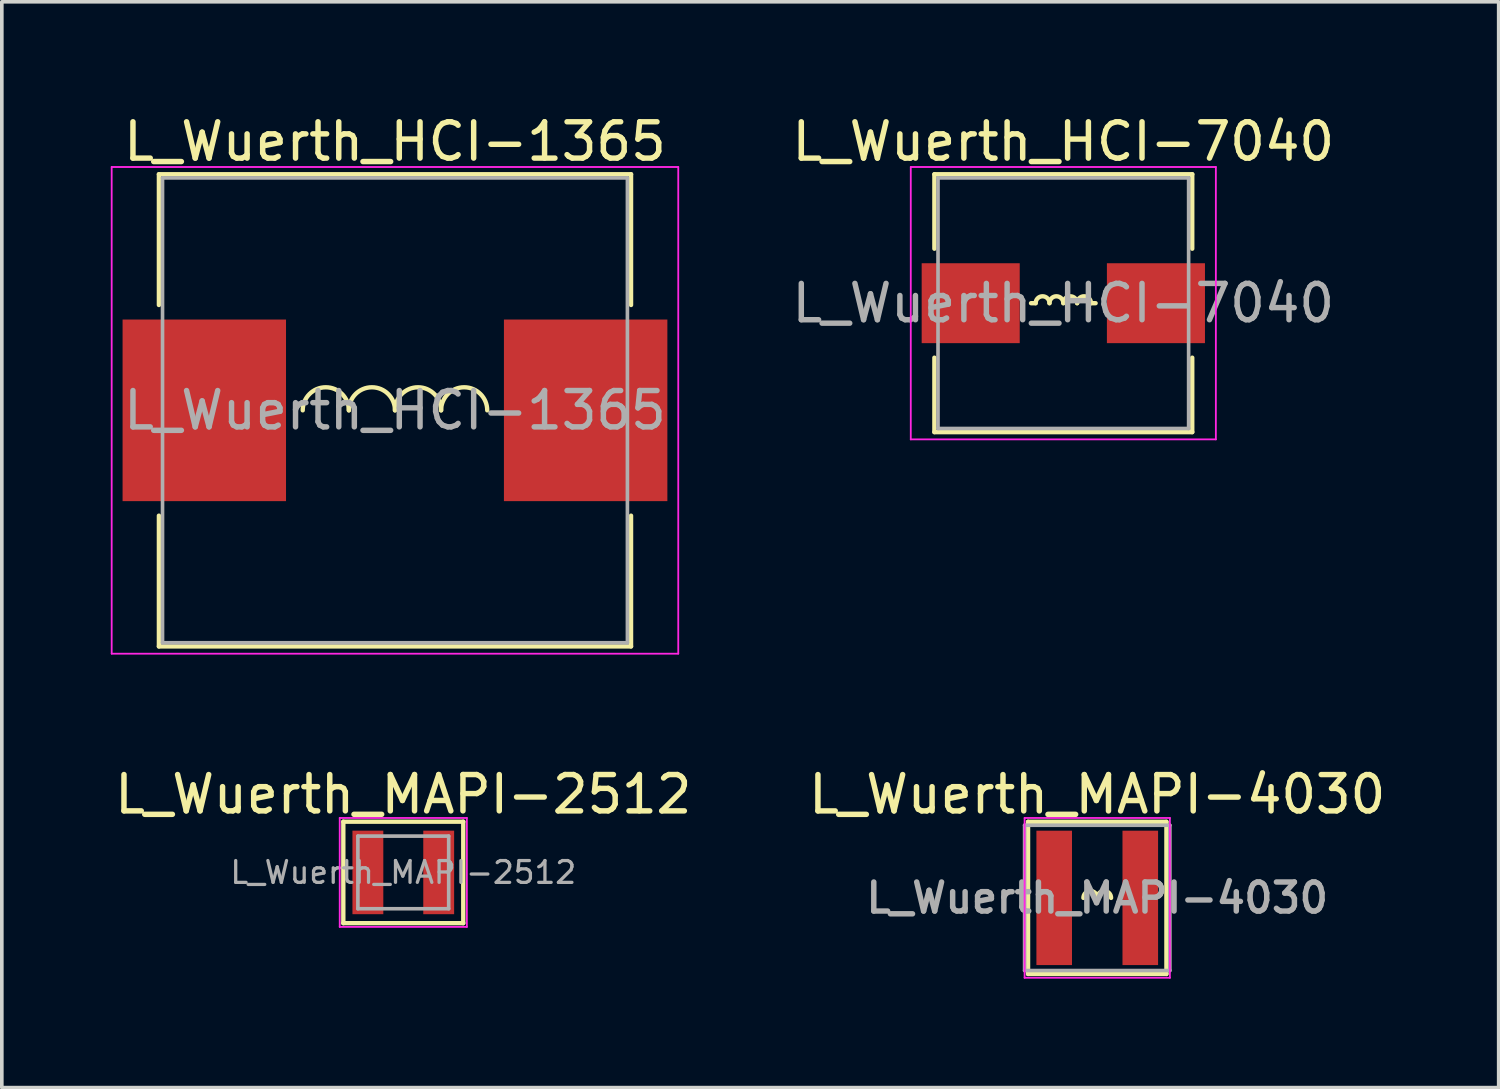
<source format=kicad_pcb>
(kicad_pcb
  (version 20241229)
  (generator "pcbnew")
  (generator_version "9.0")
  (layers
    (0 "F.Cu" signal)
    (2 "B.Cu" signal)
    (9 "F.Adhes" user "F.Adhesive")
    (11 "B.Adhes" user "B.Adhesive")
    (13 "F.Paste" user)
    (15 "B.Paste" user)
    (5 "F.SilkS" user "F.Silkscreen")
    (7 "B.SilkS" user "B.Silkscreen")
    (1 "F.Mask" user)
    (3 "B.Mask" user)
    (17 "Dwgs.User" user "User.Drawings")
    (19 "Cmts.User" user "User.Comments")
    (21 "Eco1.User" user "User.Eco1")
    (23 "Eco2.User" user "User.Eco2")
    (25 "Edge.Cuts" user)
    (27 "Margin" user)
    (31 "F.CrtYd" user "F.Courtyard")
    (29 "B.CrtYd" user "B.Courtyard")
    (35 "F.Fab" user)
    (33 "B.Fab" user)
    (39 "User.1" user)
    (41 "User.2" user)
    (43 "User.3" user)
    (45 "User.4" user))
  (footprint "L_Wuerth_HCI-7040"
    (layer "F.Cu")
    (at 26.227 5.298)
    (property "Reference" "L_Wuerth_HCI-7040" (at 0 -4.45 0) (layer "F.SilkS") (effects (font (size 1 1) (thickness 0.15))))
    (attr smd)
    (fp_line (start -3.55 -3.55) (end 3.55 -3.55) (stroke (width 0.12) (type solid)) (layer "F.SilkS"))
    (fp_line (start -3.55 -1.5) (end -3.55 -3.55) (stroke (width 0.12) (type solid)) (layer "F.SilkS"))
    (fp_line (start -3.55 1.5) (end -3.55 3.55) (stroke (width 0.12) (type solid)) (layer "F.SilkS"))
    (fp_line (start -3.55 3.55) (end 3.55 3.55) (stroke (width 0.12) (type solid)) (layer "F.SilkS"))
    (fp_line (start -0.762 0) (end -0.889 0) (stroke (width 0.12) (type solid)) (layer "F.SilkS"))
    (fp_line (start 0.762 0) (end 0.889 0) (stroke (width 0.12) (type solid)) (layer "F.SilkS"))
    (fp_line (start 3.55 -3.55) (end 3.55 -1.5) (stroke (width 0.12) (type solid)) (layer "F.SilkS"))
    (fp_line (start 3.55 3.55) (end 3.55 1.5) (stroke (width 0.12) (type solid)) (layer "F.SilkS"))
    (fp_arc (start -0.762 0) (mid -0.5715 -0.1905) (end -0.381 0) (stroke (width 0.12) (type solid)) (layer "F.SilkS"))
    (fp_arc (start -0.381 0) (mid -0.1905 -0.1905) (end 0 0) (stroke (width 0.12) (type solid)) (layer "F.SilkS"))
    (fp_arc (start 0 0) (mid 0.1905 -0.1905) (end 0.381 0) (stroke (width 0.12) (type solid)) (layer "F.SilkS"))
    (fp_arc (start 0.381 0) (mid 0.5715 -0.1905) (end 0.762 0) (stroke (width 0.12) (type solid)) (layer "F.SilkS"))
    (fp_line (start -4.2 -3.75) (end -4.2 3.75) (stroke (width 0.05) (type solid)) (layer "F.CrtYd"))
    (fp_line (start -4.2 3.75) (end 4.2 3.75) (stroke (width 0.05) (type solid)) (layer "F.CrtYd"))
    (fp_line (start 4.2 -3.75) (end -4.2 -3.75) (stroke (width 0.05) (type solid)) (layer "F.CrtYd"))
    (fp_line (start 4.2 3.75) (end 4.2 -3.75) (stroke (width 0.05) (type solid)) (layer "F.CrtYd"))
    (fp_line (start -3.45 -3.45) (end -3.45 3.45) (stroke (width 0.1) (type solid)) (layer "F.Fab"))
    (fp_line (start -3.45 3.45) (end 3.45 3.45) (stroke (width 0.1) (type solid)) (layer "F.Fab"))
    (fp_line (start 3.45 -3.45) (end -3.45 -3.45) (stroke (width 0.1) (type solid)) (layer "F.Fab"))
    (fp_line (start 3.45 3.45) (end 3.45 -3.45) (stroke (width 0.1) (type solid)) (layer "F.Fab"))
    (fp_text user "${REFERENCE}" (at 0 0 0) (layer "F.Fab") (effects (font (size 1 1) (thickness 0.15))))
    (pad "1" smd rect (at -2.55 0) (size 2.7 2.2) (layers "F.Cu" "F.Mask" "F.Paste"))
    (pad "2" smd rect (at 2.55 0) (size 2.7 2.2) (layers "F.Cu" "F.Mask" "F.Paste")))
  (footprint "L_Wuerth_MAPI-4030"
    (layer "F.Cu")
    (at 27.161 21.672)
    (property "Reference" "L_Wuerth_MAPI-4030" (at 0 -2.85 0) (layer "F.SilkS") (effects (font (size 1 1) (thickness 0.15))))
    (attr smd)
    (fp_line (start -1.905 -2.095) (end -1.905 2.095) (stroke (width 0.12) (type solid)) (layer "F.SilkS"))
    (fp_line (start -1.905 2.095) (end 1.905 2.095) (stroke (width 0.12) (type solid)) (layer "F.SilkS"))
    (fp_line (start 1.905 -2.095) (end -1.905 -2.095) (stroke (width 0.12) (type solid)) (layer "F.SilkS"))
    (fp_line (start 1.905 2.095) (end 1.905 -2.095) (stroke (width 0.12) (type solid)) (layer "F.SilkS"))
    (fp_arc (start -0.381 0) (mid -0.1905 -0.1905) (end 0 0) (stroke (width 0.12) (type solid)) (layer "F.SilkS"))
    (fp_arc (start 0 0) (mid 0.1905 -0.1905) (end 0.381 0) (stroke (width 0.12) (type solid)) (layer "F.SilkS"))
    (fp_line (start -2 -2.2) (end -2 2.2) (stroke (width 0.05) (type solid)) (layer "F.CrtYd"))
    (fp_line (start -2 2.2) (end 2 2.2) (stroke (width 0.05) (type solid)) (layer "F.CrtYd"))
    (fp_line (start 2 -2.2) (end -2 -2.2) (stroke (width 0.05) (type solid)) (layer "F.CrtYd"))
    (fp_line (start 2 2.2) (end 2 -2.2) (stroke (width 0.05) (type solid)) (layer "F.CrtYd"))
    (fp_line (start -2 -2) (end -2 2) (stroke (width 0.1) (type solid)) (layer "F.Fab"))
    (fp_line (start -2 2) (end 2 2) (stroke (width 0.1) (type solid)) (layer "F.Fab"))
    (fp_line (start 2 -2) (end -2 -2) (stroke (width 0.1) (type solid)) (layer "F.Fab"))
    (fp_line (start 2 2) (end 2 -2) (stroke (width 0.1) (type solid)) (layer "F.Fab"))
    (fp_text user "${REFERENCE}" (at 0 0 0) (layer "F.Fab") (effects (font (size 0.8 0.8) (thickness 0.15))))
    (pad "1" smd rect (at -1.185 0) (size 0.98 3.7) (layers "F.Cu" "F.Mask" "F.Paste"))
    (pad "2" smd rect (at 1.185 0) (size 0.98 3.7) (layers "F.Cu" "F.Mask" "F.Paste")))
  (footprint "L_Wuerth_HCI-1365"
    (layer "F.Cu")
    (at 7.825 8.248)
    (property "Reference" "L_Wuerth_HCI-1365" (at 0 -7.4 0) (layer "F.SilkS") (effects (font (size 1 1) (thickness 0.15))))
    (attr smd)
    (fp_line (start -6.5 -6.5) (end 6.5 -6.5) (stroke (width 0.12) (type solid)) (layer "F.SilkS"))
    (fp_line (start -6.5 -2.9) (end -6.5 -6.5) (stroke (width 0.12) (type solid)) (layer "F.SilkS"))
    (fp_line (start -6.5 2.9) (end -6.5 6.5) (stroke (width 0.12) (type solid)) (layer "F.SilkS"))
    (fp_line (start -6.5 6.5) (end 6.5 6.5) (stroke (width 0.12) (type solid)) (layer "F.SilkS"))
    (fp_line (start 6.5 -6.5) (end 6.5 -2.9) (stroke (width 0.12) (type solid)) (layer "F.SilkS"))
    (fp_line (start 6.5 6.5) (end 6.5 2.9) (stroke (width 0.12) (type solid)) (layer "F.SilkS"))
    (fp_arc (start -2.54 0) (mid -1.905 -0.635) (end -1.27 0) (stroke (width 0.12) (type solid)) (layer "F.SilkS"))
    (fp_arc (start -1.27 0) (mid -0.635 -0.635) (end 0 0) (stroke (width 0.12) (type solid)) (layer "F.SilkS"))
    (fp_arc (start 0 0) (mid 0.635 -0.635) (end 1.27 0) (stroke (width 0.12) (type solid)) (layer "F.SilkS"))
    (fp_arc (start 1.27 0) (mid 1.905 -0.635) (end 2.54 0) (stroke (width 0.12) (type solid)) (layer "F.SilkS"))
    (fp_line (start -7.8 -6.7) (end -7.8 6.7) (stroke (width 0.05) (type solid)) (layer "F.CrtYd"))
    (fp_line (start -7.8 6.7) (end 7.8 6.7) (stroke (width 0.05) (type solid)) (layer "F.CrtYd"))
    (fp_line (start 7.8 -6.7) (end -7.8 -6.7) (stroke (width 0.05) (type solid)) (layer "F.CrtYd"))
    (fp_line (start 7.8 6.7) (end 7.8 -6.7) (stroke (width 0.05) (type solid)) (layer "F.CrtYd"))
    (fp_line (start -6.4 -6.4) (end -6.4 6.4) (stroke (width 0.1) (type solid)) (layer "F.Fab"))
    (fp_line (start -6.4 6.4) (end 6.4 6.4) (stroke (width 0.1) (type solid)) (layer "F.Fab"))
    (fp_line (start 6.4 -6.4) (end -6.4 -6.4) (stroke (width 0.1) (type solid)) (layer "F.Fab"))
    (fp_line (start 6.4 6.4) (end 6.4 -6.4) (stroke (width 0.1) (type solid)) (layer "F.Fab"))
    (fp_text user "${REFERENCE}" (at 0 0 0) (layer "F.Fab") (effects (font (size 1 1) (thickness 0.15))))
    (pad "1" smd rect (at -5.25 0) (size 4.5 5) (layers "F.Cu" "F.Mask" "F.Paste"))
    (pad "2" smd rect (at 5.25 0) (size 4.5 5) (layers "F.Cu" "F.Mask" "F.Paste")))
  (footprint "L_Wuerth_MAPI-2512"
    (layer "F.Cu")
    (at 8.054 20.971)
    (property "Reference" "L_Wuerth_MAPI-2512" (at 0 -2.15 0) (layer "F.SilkS") (effects (font (size 1 1) (thickness 0.15))))
    (attr smd)
    (fp_line (start -1.651 -1.397) (end -1.651 1.397) (stroke (width 0.12) (type solid)) (layer "F.SilkS"))
    (fp_line (start -1.651 1.397) (end 1.651 1.397) (stroke (width 0.12) (type solid)) (layer "F.SilkS"))
    (fp_line (start 1.651 -1.397) (end -1.651 -1.397) (stroke (width 0.12) (type solid)) (layer "F.SilkS"))
    (fp_line (start 1.651 1.397) (end 1.651 -1.397) (stroke (width 0.12) (type solid)) (layer "F.SilkS"))
    (fp_line (start -1.75 -1.5) (end -1.75 1.5) (stroke (width 0.05) (type solid)) (layer "F.CrtYd"))
    (fp_line (start -1.75 1.5) (end 1.75 1.5) (stroke (width 0.05) (type solid)) (layer "F.CrtYd"))
    (fp_line (start 1.75 -1.5) (end -1.75 -1.5) (stroke (width 0.05) (type solid)) (layer "F.CrtYd"))
    (fp_line (start 1.75 1.5) (end 1.75 -1.5) (stroke (width 0.05) (type solid)) (layer "F.CrtYd"))
    (fp_line (start -1.25 -1) (end -1.25 1) (stroke (width 0.1) (type solid)) (layer "F.Fab"))
    (fp_line (start -1.25 1) (end 1.25 1) (stroke (width 0.1) (type solid)) (layer "F.Fab"))
    (fp_line (start 1.25 -1) (end -1.25 -1) (stroke (width 0.1) (type solid)) (layer "F.Fab"))
    (fp_line (start 1.25 1) (end 1.25 -1) (stroke (width 0.1) (type solid)) (layer "F.Fab"))
    (fp_text user "${REFERENCE}" (at 0 0 0) (layer "F.Fab") (effects (font (size 0.6 0.6) (thickness 0.09))))
    (pad "1" smd rect (at -0.975 0) (size 0.85 2.3) (layers "F.Cu" "F.Mask" "F.Paste"))
    (pad "2" smd rect (at 0.975 0) (size 0.85 2.3) (layers "F.Cu" "F.Mask" "F.Paste")))
  (gr_rect
    (start -3 -3)
    (end 38.214 26.896)
    (stroke (width 0.1) (type default))
    (fill no)
    (layer "Edge.Cuts")))
</source>
